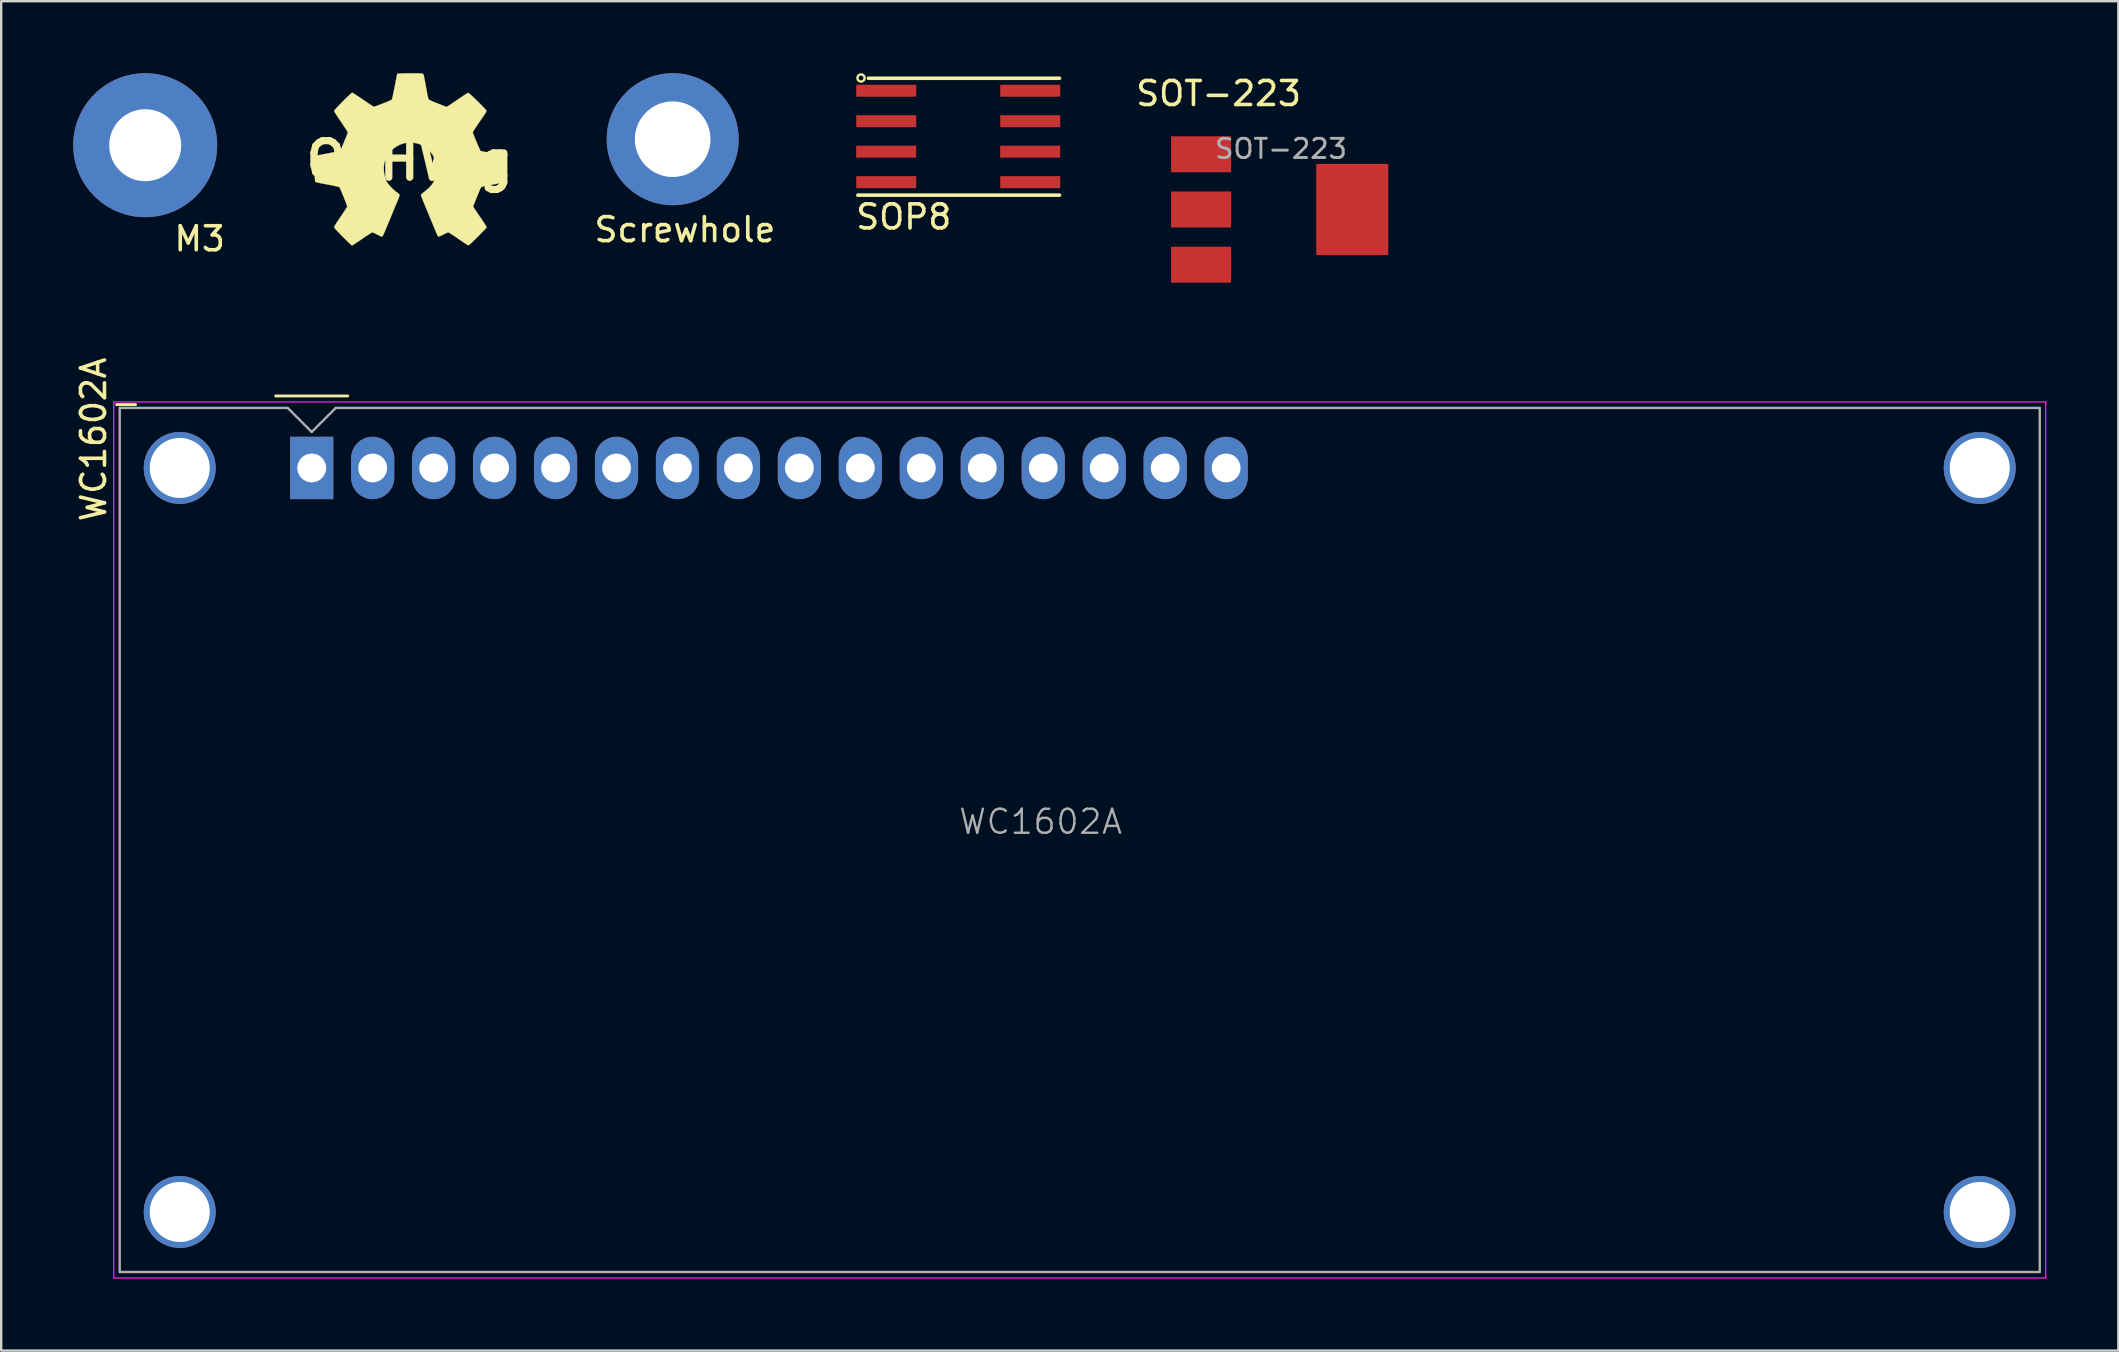
<source format=kicad_pcb>
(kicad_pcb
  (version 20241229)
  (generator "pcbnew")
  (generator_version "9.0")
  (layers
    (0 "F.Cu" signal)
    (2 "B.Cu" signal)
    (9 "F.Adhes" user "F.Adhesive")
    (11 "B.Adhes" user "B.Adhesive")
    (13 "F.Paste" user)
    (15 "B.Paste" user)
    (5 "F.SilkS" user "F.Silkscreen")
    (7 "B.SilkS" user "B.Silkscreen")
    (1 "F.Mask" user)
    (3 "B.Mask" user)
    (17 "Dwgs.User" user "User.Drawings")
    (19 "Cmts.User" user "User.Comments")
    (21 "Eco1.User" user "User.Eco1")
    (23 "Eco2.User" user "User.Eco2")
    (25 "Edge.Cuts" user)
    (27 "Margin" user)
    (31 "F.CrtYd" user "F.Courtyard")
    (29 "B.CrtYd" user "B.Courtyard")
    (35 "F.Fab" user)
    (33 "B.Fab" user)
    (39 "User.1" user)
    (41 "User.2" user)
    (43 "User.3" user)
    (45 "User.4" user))
  (footprint "WC1602A"
    (layer "F.Cu")
    (at 9.938 16.448)
    (property "Reference" "WC1602A" (at -9.09 -1.19 90) (layer "F.SilkS") (effects (font (size 1 1) (thickness 0.15))))
    (attr through_hole)
    (fp_line (start -8.13 -2.64) (end -7.34 -2.64) (stroke (width 0.12) (type solid)) (layer "F.SilkS"))
    (fp_line (start -1.5 -3) (end 1.5 -3) (stroke (width 0.12) (type solid)) (layer "F.SilkS"))
    (fp_line (start -8.25 -2.75) (end -8.25 33.75) (stroke (width 0.05) (type solid)) (layer "F.CrtYd"))
    (fp_line (start -8.25 -2.75) (end 72.25 -2.75) (stroke (width 0.05) (type solid)) (layer "F.CrtYd"))
    (fp_line (start -8.25 33.75) (end 72.25 33.75) (stroke (width 0.05) (type solid)) (layer "F.CrtYd"))
    (fp_line (start 72.25 -2.75) (end 72.25 33.75) (stroke (width 0.05) (type solid)) (layer "F.CrtYd"))
    (fp_line (start -8 33.5) (end -8 -2.5) (stroke (width 0.1) (type solid)) (layer "F.Fab"))
    (fp_line (start -1 -2.5) (end -8 -2.5) (stroke (width 0.1) (type solid)) (layer "F.Fab"))
    (fp_line (start 0 -1.5) (end -1 -2.5) (stroke (width 0.1) (type solid)) (layer "F.Fab"))
    (fp_line (start 1 -2.5) (end 0 -1.5) (stroke (width 0.1) (type solid)) (layer "F.Fab"))
    (fp_line (start 1 -2.5) (end 72 -2.5) (stroke (width 0.1) (type solid)) (layer "F.Fab"))
    (fp_line (start 72 -2.5) (end 72 33.5) (stroke (width 0.1) (type solid)) (layer "F.Fab"))
    (fp_line (start 72 33.5) (end -8 33.5) (stroke (width 0.1) (type solid)) (layer "F.Fab"))
    (fp_text user "${REFERENCE}" (at 30.37 14.74 0) (layer "F.Fab") (effects (font (size 1 1) (thickness 0.1))))
    (pad "" thru_hole circle (at -5.499 0) (size 3 3) (drill 2.5) (layers "*.Cu" "*.Mask"))
    (pad "" thru_hole circle (at -5.499 31.001) (size 3 3) (drill 2.5) (layers "*.Cu" "*.Mask"))
    (pad "" thru_hole circle (at 69.499 31.001) (size 3 3) (drill 2.5) (layers "*.Cu" "*.Mask"))
    (pad "" thru_hole circle (at 69.5 0) (size 3 3) (drill 2.5) (layers "*.Cu" "*.Mask"))
    (pad "1" thru_hole rect (at 0 0) (size 1.8 2.6) (drill 1.2) (layers "*.Cu" "*.Mask"))
    (pad "2" thru_hole oval (at 2.54 0) (size 1.8 2.6) (drill 1.2) (layers "*.Cu" "*.Mask"))
    (pad "3" thru_hole oval (at 5.08 0) (size 1.8 2.6) (drill 1.2) (layers "*.Cu" "*.Mask"))
    (pad "4" thru_hole oval (at 7.62 0) (size 1.8 2.6) (drill 1.2) (layers "*.Cu" "*.Mask"))
    (pad "5" thru_hole oval (at 10.16 0) (size 1.8 2.6) (drill 1.2) (layers "*.Cu" "*.Mask"))
    (pad "6" thru_hole oval (at 12.7 0) (size 1.8 2.6) (drill 1.2) (layers "*.Cu" "*.Mask"))
    (pad "7" thru_hole oval (at 15.24 0) (size 1.8 2.6) (drill 1.2) (layers "*.Cu" "*.Mask"))
    (pad "8" thru_hole oval (at 17.78 0) (size 1.8 2.6) (drill 1.2) (layers "*.Cu" "*.Mask"))
    (pad "9" thru_hole oval (at 20.32 0) (size 1.8 2.6) (drill 1.2) (layers "*.Cu" "*.Mask"))
    (pad "10" thru_hole oval (at 22.86 0) (size 1.8 2.6) (drill 1.2) (layers "*.Cu" "*.Mask"))
    (pad "11" thru_hole oval (at 25.4 0) (size 1.8 2.6) (drill 1.2) (layers "*.Cu" "*.Mask"))
    (pad "12" thru_hole oval (at 27.94 0) (size 1.8 2.6) (drill 1.2) (layers "*.Cu" "*.Mask"))
    (pad "13" thru_hole oval (at 30.48 0) (size 1.8 2.6) (drill 1.2) (layers "*.Cu" "*.Mask"))
    (pad "14" thru_hole oval (at 33.02 0) (size 1.8 2.6) (drill 1.2) (layers "*.Cu" "*.Mask"))
    (pad "15" thru_hole oval (at 35.56 0) (size 1.8 2.6) (drill 1.2) (layers "*.Cu" "*.Mask"))
    (pad "16" thru_hole oval (at 38.1 0) (size 1.8 2.6) (drill 1.2) (layers "*.Cu" "*.Mask")))
  (footprint "SOP8"
    (layer "F.Cu")
    (at 32.625 4.79)
    (property "Reference" "SOP8" (at 1.98 1.2 0) (layer "F.SilkS") (effects (font (size 1 1) (thickness 0.15))))
    (attr through_hole)
    (fp_line (start 0.07 0.29) (end 8.47 0.29) (stroke (width 0.15) (type solid)) (layer "F.SilkS"))
    (fp_line (start 8.47 -4.58) (end 0.51 -4.58) (stroke (width 0.15) (type solid)) (layer "F.SilkS"))
    (fp_circle (center 0.2 -4.59) (end 0.32 -4.5) (stroke (width 0.1) (type solid)) (fill no) (layer "F.SilkS"))
    (pad "1" smd rect (at 1.25 -4.06) (size 2.5 0.5) (layers "F.Cu" "F.Mask" "F.Paste"))
    (pad "2" smd rect (at 1.25 -2.79) (size 2.5 0.5) (layers "F.Cu" "F.Mask" "F.Paste"))
    (pad "3" smd rect (at 1.25 -1.52) (size 2.5 0.5) (layers "F.Cu" "F.Mask" "F.Paste"))
    (pad "4" smd rect (at 1.25 -0.25) (size 2.5 0.5) (layers "F.Cu" "F.Mask" "F.Paste"))
    (pad "5" smd rect (at 7.25 -0.25) (size 2.5 0.5) (layers "F.Cu" "F.Mask" "F.Paste"))
    (pad "6" smd rect (at 7.25 -1.52) (size 2.5 0.5) (layers "F.Cu" "F.Mask" "F.Paste"))
    (pad "7" smd rect (at 7.25 -2.79) (size 2.5 0.5) (layers "F.Cu" "F.Mask" "F.Paste"))
    (pad "8" smd rect (at 7.25 -4.06) (size 2.5 0.5) (layers "F.Cu" "F.Mask" "F.Paste")))
  (footprint "OSHWlg"
    (layer "F.Cu")
    (at 14.022 3.646)
    (property "Reference" "OSHWlg" (at 0 0 0) (layer "F.SilkS") (effects (font (size 1.524 1.524) (thickness 0.3))))
    (attr through_hole)
    (fp_poly (pts (xy 0.186 -3.641) (xy 0.311 -3.64) (xy 0.405 -3.639) (xy 0.471 -3.636) (xy 0.515 -3.631) (xy 0.543 -3.625) (xy 0.558 -3.615) (xy 0.567 -3.603) (xy 0.571 -3.593) (xy 0.582 -3.554) (xy 0.599 -3.479) (xy 0.621 -3.374) (xy 0.646 -3.246) (xy 0.673 -3.099) (xy 0.702 -2.942) (xy 0.72 -2.836) (xy 0.741 -2.719) (xy 0.76 -2.637) (xy 0.78 -2.582) (xy 0.802 -2.547) (xy 0.831 -2.525) (xy 0.841 -2.52) (xy 0.901 -2.493) (xy 0.983 -2.459) (xy 1.08 -2.419) (xy 1.184 -2.377) (xy 1.287 -2.336) (xy 1.382 -2.299) (xy 1.46 -2.269) (xy 1.514 -2.25) (xy 1.535 -2.244) (xy 1.566 -2.255) (xy 1.616 -2.285) (xy 1.643 -2.303) (xy 1.73 -2.365) (xy 1.831 -2.435) (xy 1.94 -2.509) (xy 2.051 -2.584) (xy 2.158 -2.656) (xy 2.255 -2.72) (xy 2.337 -2.773) (xy 2.397 -2.81) (xy 2.429 -2.829) (xy 2.432 -2.83) (xy 2.455 -2.818) (xy 2.503 -2.78) (xy 2.569 -2.722) (xy 2.65 -2.647) (xy 2.739 -2.562) (xy 2.833 -2.471) (xy 2.925 -2.38) (xy 3.011 -2.292) (xy 3.086 -2.213) (xy 3.145 -2.149) (xy 3.182 -2.103) (xy 3.193 -2.084) (xy 3.194 -2.069) (xy 3.189 -2.05) (xy 3.176 -2.022) (xy 3.153 -1.982) (xy 3.117 -1.925) (xy 3.065 -1.847) (xy 2.995 -1.745) (xy 2.904 -1.613) (xy 2.855 -1.542) (xy 2.783 -1.437) (xy 2.72 -1.342) (xy 2.67 -1.263) (xy 2.637 -1.207) (xy 2.625 -1.179) (xy 2.625 -1.179) (xy 2.633 -1.152) (xy 2.655 -1.094) (xy 2.687 -1.012) (xy 2.727 -0.914) (xy 2.772 -0.807) (xy 2.817 -0.7) (xy 2.86 -0.599) (xy 2.899 -0.513) (xy 2.928 -0.448) (xy 2.946 -0.413) (xy 2.949 -0.409) (xy 2.972 -0.402) (xy 3.031 -0.389) (xy 3.118 -0.371) (xy 3.226 -0.35) (xy 3.35 -0.327) (xy 3.359 -0.325) (xy 3.492 -0.3) (xy 3.62 -0.276) (xy 3.733 -0.254) (xy 3.821 -0.237) (xy 3.873 -0.226) (xy 3.99 -0.2) (xy 3.996 0.343) (xy 3.997 0.509) (xy 3.998 0.638) (xy 3.997 0.734) (xy 3.995 0.802) (xy 3.991 0.848) (xy 3.985 0.875) (xy 3.976 0.89) (xy 3.965 0.897) (xy 3.964 0.897) (xy 3.931 0.904) (xy 3.865 0.918) (xy 3.772 0.936) (xy 3.661 0.957) (xy 3.577 0.972) (xy 3.405 1.003) (xy 3.27 1.029) (xy 3.166 1.049) (xy 3.09 1.065) (xy 3.037 1.079) (xy 3.001 1.093) (xy 2.979 1.107) (xy 2.964 1.124) (xy 2.953 1.144) (xy 2.944 1.162) (xy 2.924 1.207) (xy 2.891 1.284) (xy 2.851 1.382) (xy 2.805 1.494) (xy 2.774 1.571) (xy 2.642 1.904) (xy 2.697 1.995) (xy 2.726 2.041) (xy 2.775 2.115) (xy 2.838 2.208) (xy 2.91 2.315) (xy 2.984 2.421) (xy 3.069 2.546) (xy 3.131 2.642) (xy 3.172 2.71) (xy 3.193 2.757) (xy 3.199 2.785) (xy 3.197 2.792) (xy 3.177 2.816) (xy 3.131 2.865) (xy 3.064 2.935) (xy 2.981 3.02) (xy 2.885 3.117) (xy 2.819 3.183) (xy 2.706 3.295) (xy 2.619 3.38) (xy 2.554 3.442) (xy 2.506 3.484) (xy 2.472 3.508) (xy 2.448 3.519) (xy 2.429 3.52) (xy 2.412 3.513) (xy 2.411 3.513) (xy 2.378 3.493) (xy 2.317 3.453) (xy 2.234 3.397) (xy 2.134 3.329) (xy 2.023 3.253) (xy 1.997 3.235) (xy 1.887 3.16) (xy 1.787 3.094) (xy 1.704 3.04) (xy 1.643 3.003) (xy 1.61 2.985) (xy 1.606 2.985) (xy 1.577 2.994) (xy 1.52 3.019) (xy 1.444 3.055) (xy 1.391 3.082) (xy 1.293 3.129) (xy 1.224 3.156) (xy 1.186 3.161) (xy 1.182 3.159) (xy 1.168 3.134) (xy 1.141 3.076) (xy 1.103 2.991) (xy 1.058 2.885) (xy 1.007 2.765) (xy 0.992 2.728) (xy 0.934 2.587) (xy 0.874 2.443) (xy 0.817 2.305) (xy 0.768 2.186) (xy 0.731 2.095) (xy 0.681 1.976) (xy 0.626 1.842) (xy 0.574 1.715) (xy 0.552 1.663) (xy 0.517 1.575) (xy 0.488 1.499) (xy 0.47 1.447) (xy 0.466 1.427) (xy 0.482 1.403) (xy 0.524 1.363) (xy 0.586 1.313) (xy 0.61 1.294) (xy 0.79 1.143) (xy 0.929 0.986) (xy 1.03 0.818) (xy 1.095 0.636) (xy 1.125 0.437) (xy 1.127 0.339) (xy 1.107 0.13) (xy 1.049 -0.064) (xy 0.958 -0.241) (xy 0.839 -0.397) (xy 0.695 -0.529) (xy 0.531 -0.635) (xy 0.349 -0.71) (xy 0.155 -0.752) (xy -0.048 -0.757) (xy -0.228 -0.73) (xy -0.418 -0.665) (xy -0.595 -0.565) (xy -0.752 -0.437) (xy -0.885 -0.284) (xy -0.987 -0.113) (xy -1.053 0.07) (xy -1.057 0.085) (xy -1.08 0.258) (xy -1.076 0.445) (xy -1.046 0.63) (xy -0.993 0.801) (xy -0.957 0.877) (xy -0.906 0.954) (xy -0.831 1.045) (xy -0.742 1.14) (xy -0.648 1.229) (xy -0.561 1.301) (xy -0.513 1.333) (xy -0.464 1.367) (xy -0.436 1.4) (xy -0.428 1.442) (xy -0.44 1.502) (xy -0.472 1.587) (xy -0.495 1.642) (xy -0.527 1.718) (xy -0.571 1.822) (xy -0.622 1.945) (xy -0.676 2.077) (xy -0.719 2.18) (xy -0.778 2.324) (xy -0.842 2.479) (xy -0.905 2.632) (xy -0.961 2.768) (xy -0.99 2.836) (xy -1.033 2.94) (xy -1.074 3.031) (xy -1.107 3.102) (xy -1.129 3.144) (xy -1.134 3.151) (xy -1.152 3.162) (xy -1.181 3.159) (xy -1.228 3.141) (xy -1.302 3.105) (xy -1.345 3.082) (xy -1.426 3.041) (xy -1.495 3.008) (xy -1.542 2.988) (xy -1.556 2.985) (xy -1.581 2.996) (xy -1.635 3.028) (xy -1.713 3.078) (xy -1.811 3.141) (xy -1.922 3.216) (xy -1.986 3.26) (xy -2.102 3.338) (xy -2.206 3.408) (xy -2.293 3.465) (xy -2.358 3.508) (xy -2.397 3.531) (xy -2.405 3.535) (xy -2.424 3.521) (xy -2.468 3.48) (xy -2.534 3.418) (xy -2.617 3.338) (xy -2.712 3.245) (xy -2.787 3.17) (xy -2.889 3.068) (xy -2.98 2.973) (xy -3.056 2.891) (xy -3.113 2.827) (xy -3.146 2.784) (xy -3.154 2.769) (xy -3.142 2.742) (xy -3.11 2.685) (xy -3.06 2.604) (xy -2.996 2.506) (xy -2.921 2.394) (xy -2.879 2.332) (xy -2.8 2.216) (xy -2.73 2.112) (xy -2.672 2.023) (xy -2.63 1.957) (xy -2.607 1.916) (xy -2.603 1.908) (xy -2.611 1.878) (xy -2.633 1.817) (xy -2.665 1.732) (xy -2.704 1.631) (xy -2.748 1.521) (xy -2.794 1.41) (xy -2.837 1.306) (xy -2.876 1.217) (xy -2.906 1.149) (xy -2.926 1.11) (xy -2.93 1.105) (xy -2.958 1.093) (xy -3.021 1.076) (xy -3.113 1.054) (xy -3.228 1.03) (xy -3.36 1.004) (xy -3.431 0.991) (xy -3.568 0.965) (xy -3.693 0.941) (xy -3.797 0.919) (xy -3.876 0.901) (xy -3.922 0.888) (xy -3.932 0.884) (xy -3.941 0.856) (xy -3.948 0.794) (xy -3.954 0.704) (xy -3.958 0.593) (xy -3.96 0.468) (xy -3.961 0.337) (xy -3.96 0.206) (xy -3.957 0.082) (xy -3.952 -0.028) (xy -3.946 -0.116) (xy -3.939 -0.177) (xy -3.929 -0.203) (xy -3.929 -0.203) (xy -3.901 -0.21) (xy -3.837 -0.223) (xy -3.744 -0.242) (xy -3.628 -0.264) (xy -3.495 -0.29) (xy -3.408 -0.306) (xy -3.269 -0.333) (xy -3.144 -0.358) (xy -3.038 -0.38) (xy -2.959 -0.398) (xy -2.911 -0.411) (xy -2.9 -0.416) (xy -2.884 -0.444) (xy -2.855 -0.504) (xy -2.818 -0.587) (xy -2.775 -0.686) (xy -2.73 -0.793) (xy -2.686 -0.901) (xy -2.646 -1) (xy -2.613 -1.085) (xy -2.591 -1.146) (xy -2.583 -1.177) (xy -2.583 -1.177) (xy -2.595 -1.205) (xy -2.628 -1.263) (xy -2.678 -1.344) (xy -2.743 -1.444) (xy -2.818 -1.556) (xy -2.869 -1.63) (xy -2.949 -1.748) (xy -3.02 -1.855) (xy -3.08 -1.947) (xy -3.124 -2.017) (xy -3.149 -2.062) (xy -3.154 -2.075) (xy -3.139 -2.098) (xy -3.099 -2.145) (xy -3.039 -2.212) (xy -2.962 -2.293) (xy -2.876 -2.382) (xy -2.784 -2.476) (xy -2.691 -2.568) (xy -2.603 -2.654) (xy -2.524 -2.729) (xy -2.46 -2.788) (xy -2.416 -2.825) (xy -2.397 -2.836) (xy -2.373 -2.825) (xy -2.319 -2.792) (xy -2.241 -2.742) (xy -2.144 -2.678) (xy -2.032 -2.602) (xy -1.953 -2.548) (xy -1.834 -2.466) (xy -1.726 -2.393) (xy -1.633 -2.332) (xy -1.561 -2.285) (xy -1.516 -2.257) (xy -1.502 -2.25) (xy -1.474 -2.255) (xy -1.414 -2.274) (xy -1.331 -2.303) (xy -1.232 -2.34) (xy -1.125 -2.381) (xy -1.019 -2.424) (xy -0.92 -2.465) (xy -0.836 -2.501) (xy -0.776 -2.53) (xy -0.748 -2.547) (xy -0.737 -2.574) (xy -0.721 -2.637) (xy -0.699 -2.729) (xy -0.675 -2.845) (xy -0.648 -2.979) (xy -0.627 -3.085) (xy -0.6 -3.228) (xy -0.575 -3.357) (xy -0.553 -3.467) (xy -0.536 -3.551) (xy -0.523 -3.604) (xy -0.519 -3.619) (xy -0.493 -3.626) (xy -0.428 -3.632) (xy -0.327 -3.636) (xy -0.191 -3.639) (xy -0.025 -3.641) (xy 0.023 -3.641) (xy 0.186 -3.641)) (stroke (width 0.01) (type solid)) (fill yes) (layer "F.SilkS")))
  (footprint "M3"
    (layer "F.Cu")
    (at 3 3)
    (property "Reference" "M3" (at 2.27 3.9 0) (layer "F.SilkS") (effects (font (size 1 1) (thickness 0.15))))
    (attr through_hole)
    (pad "1" thru_hole circle (at 0 0) (size 6 6) (drill 3) (layers "*.Cu" "*.Mask")))
  (footprint "SOT-223"
    (layer "F.Cu")
    (at 50.144 5.678)
    (property "Reference" "SOT-223" (at -2.42 -4.83 180) (layer "F.SilkS") (effects (font (size 1 1) (thickness 0.15))))
    (attr smd)
    (fp_text user "${REFERENCE}" (at 0.18 -2.53 0) (layer "F.Fab") (effects (font (size 0.8 0.8) (thickness 0.12))))
    (pad "1" smd rect (at -3.15 -2.3) (size 2.5 1.5) (layers "F.Cu" "F.Mask" "F.Paste"))
    (pad "2" smd rect (at -3.15 0) (size 2.5 1.5) (layers "F.Cu" "F.Mask" "F.Paste"))
    (pad "2" smd rect (at 3.15 0) (size 3 3.8) (layers "F.Cu" "F.Mask" "F.Paste"))
    (pad "3" smd rect (at -3.15 2.3) (size 2.5 1.5) (layers "F.Cu" "F.Mask" "F.Paste")))
  (footprint "Screwhole"
    (layer "F.Cu")
    (at 24.958 2.76)
    (property "Reference" "Screwhole" (at 0.53 3.76 0) (layer "F.SilkS") (effects (font (size 1 1) (thickness 0.15))))
    (attr through_hole)
    (pad "1" thru_hole circle (at 0.02 -0.01) (size 5.5 5.5) (drill 3.15) (layers "*.Cu" "*.Mask")))
  (gr_rect
    (start -3 -3)
    (end 85.213 53.223)
    (stroke (width 0.1) (type default))
    (fill no)
    (layer "Edge.Cuts")))
</source>
